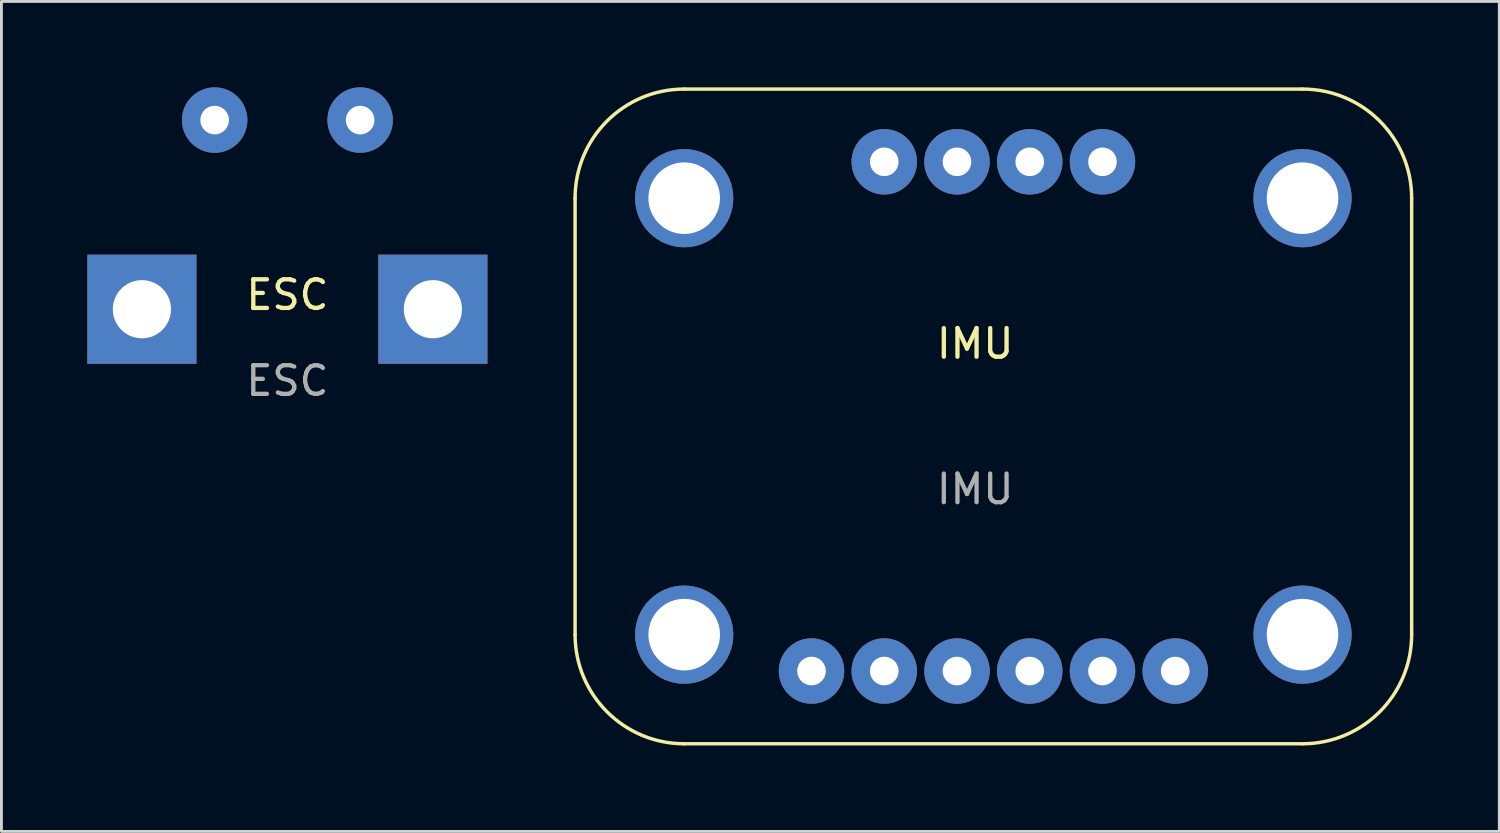
<source format=kicad_pcb>
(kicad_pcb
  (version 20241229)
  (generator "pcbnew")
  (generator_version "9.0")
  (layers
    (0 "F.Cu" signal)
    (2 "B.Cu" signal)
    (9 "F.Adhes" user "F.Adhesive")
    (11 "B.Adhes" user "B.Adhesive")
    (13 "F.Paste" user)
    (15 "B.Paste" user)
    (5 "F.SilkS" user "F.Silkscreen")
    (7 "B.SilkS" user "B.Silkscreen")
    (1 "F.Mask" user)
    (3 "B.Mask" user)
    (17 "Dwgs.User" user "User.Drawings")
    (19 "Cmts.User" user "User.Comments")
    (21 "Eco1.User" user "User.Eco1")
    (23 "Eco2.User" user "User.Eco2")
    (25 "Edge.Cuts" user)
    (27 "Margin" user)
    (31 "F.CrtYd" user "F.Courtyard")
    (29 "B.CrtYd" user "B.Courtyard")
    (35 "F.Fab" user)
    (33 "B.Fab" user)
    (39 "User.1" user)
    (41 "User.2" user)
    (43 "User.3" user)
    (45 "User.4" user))
  (footprint "ESC"
    (layer "F.Cu")
    (at 6.985 7.747)
    (property "Reference" "ESC" (at 0 -0.5 0) (unlocked yes) (layer "F.SilkS") (effects (font (size 1 1) (thickness 0.15))))
    (attr through_hole)
    (fp_text user "${REFERENCE}" (at 0 2.5 0) (unlocked yes) (layer "F.Fab") (effects (font (size 1 1) (thickness 0.15))))
    (pad "1" thru_hole rect (at -5.08 0) (size 3.81 3.81) (drill 2.032) (layers "*.Cu" "*.Mask"))
    (pad "2" thru_hole rect (at 5.08 0) (size 3.81 3.81) (drill 2.032) (layers "*.Cu" "*.Mask"))
    (pad "3" thru_hole circle (at -2.54 -6.604 180) (size 2.286 2.286) (drill 1) (layers "*.Cu" "*.Mask"))
    (pad "4" thru_hole circle (at 2.54 -6.604 180) (size 2.286 2.286) (drill 1) (layers "*.Cu" "*.Mask")))
  (footprint "IMU"
    (layer "F.Cu")
    (at 31 11.49)
    (property "Reference" "IMU" (at 0 -2.54 0) (unlocked yes) (layer "F.SilkS") (effects (font (size 1 1) (thickness 0.15))))
    (attr smd)
    (fp_line (start -13.97 7.62) (end -13.97 -7.62) (stroke (width 0.12) (type solid)) (layer "F.SilkS"))
    (fp_line (start -10.16 -11.43) (end 11.43 -11.43) (stroke (width 0.12) (type solid)) (layer "F.SilkS"))
    (fp_line (start 11.43 11.43) (end -10.16 11.43) (stroke (width 0.12) (type solid)) (layer "F.SilkS"))
    (fp_line (start 15.24 -7.62) (end 15.24 7.62) (stroke (width 0.12) (type solid)) (layer "F.SilkS"))
    (fp_arc (start -13.97 -7.62) (mid -12.854077 -10.314077) (end -10.16 -11.43) (stroke (width 0.12) (type solid)) (layer "F.SilkS"))
    (fp_arc (start -10.16 11.43) (mid -12.854077 10.314077) (end -13.97 7.62) (stroke (width 0.12) (type solid)) (layer "F.SilkS"))
    (fp_arc (start 11.43 -11.43) (mid 14.124077 -10.314077) (end 15.24 -7.62) (stroke (width 0.12) (type solid)) (layer "F.SilkS"))
    (fp_arc (start 15.24 7.62) (mid 14.124077 10.314077) (end 11.43 11.43) (stroke (width 0.12) (type solid)) (layer "F.SilkS"))
    (fp_text user "${REFERENCE}" (at 0 2.54 0) (unlocked yes) (layer "F.Fab") (effects (font (size 1 1) (thickness 0.15))))
    (pad "" np_thru_hole circle (at -10.16 -7.62) (size 3.429 3.429) (drill 2.5) (layers "*.Cu" "*.Mask"))
    (pad "" np_thru_hole circle (at -10.16 7.62) (size 3.429 3.429) (drill 2.5) (layers "*.Cu" "*.Mask"))
    (pad "" np_thru_hole circle (at 11.43 -7.62) (size 3.429 3.429) (drill 2.5) (layers "*.Cu" "*.Mask"))
    (pad "" np_thru_hole circle (at 11.43 7.62) (size 3.429 3.429) (drill 2.5) (layers "*.Cu" "*.Mask"))
    (pad "1" thru_hole circle (at -3.175 -8.89) (size 2.286 2.286) (drill 1) (layers "*.Cu" "*.Mask"))
    (pad "2" thru_hole circle (at -0.635 -8.89) (size 2.286 2.286) (drill 1) (layers "*.Cu" "*.Mask"))
    (pad "3" thru_hole circle (at 1.905 -8.89) (size 2.286 2.286) (drill 1) (layers "*.Cu" "*.Mask"))
    (pad "4" thru_hole circle (at 4.445 -8.89) (size 2.286 2.286) (drill 1) (layers "*.Cu" "*.Mask"))
    (pad "5" thru_hole circle (at -5.715 8.89) (size 2.286 2.286) (drill 1) (layers "*.Cu" "*.Mask"))
    (pad "6" thru_hole circle (at -3.175 8.89) (size 2.286 2.286) (drill 1) (layers "*.Cu" "*.Mask"))
    (pad "7" thru_hole circle (at -0.635 8.89) (size 2.286 2.286) (drill 1) (layers "*.Cu" "*.Mask"))
    (pad "8" thru_hole circle (at 1.905 8.89) (size 2.286 2.286) (drill 1) (layers "*.Cu" "*.Mask"))
    (pad "9" thru_hole circle (at 4.445 8.89) (size 2.286 2.286) (drill 1) (layers "*.Cu" "*.Mask"))
    (pad "10" thru_hole circle (at 6.985 8.89) (size 2.286 2.286) (drill 1) (layers "*.Cu" "*.Mask")))
  (gr_rect
    (start -3 -3)
    (end 49.3 25.98)
    (stroke (width 0.1) (type default))
    (fill no)
    (layer "Edge.Cuts")))
</source>
